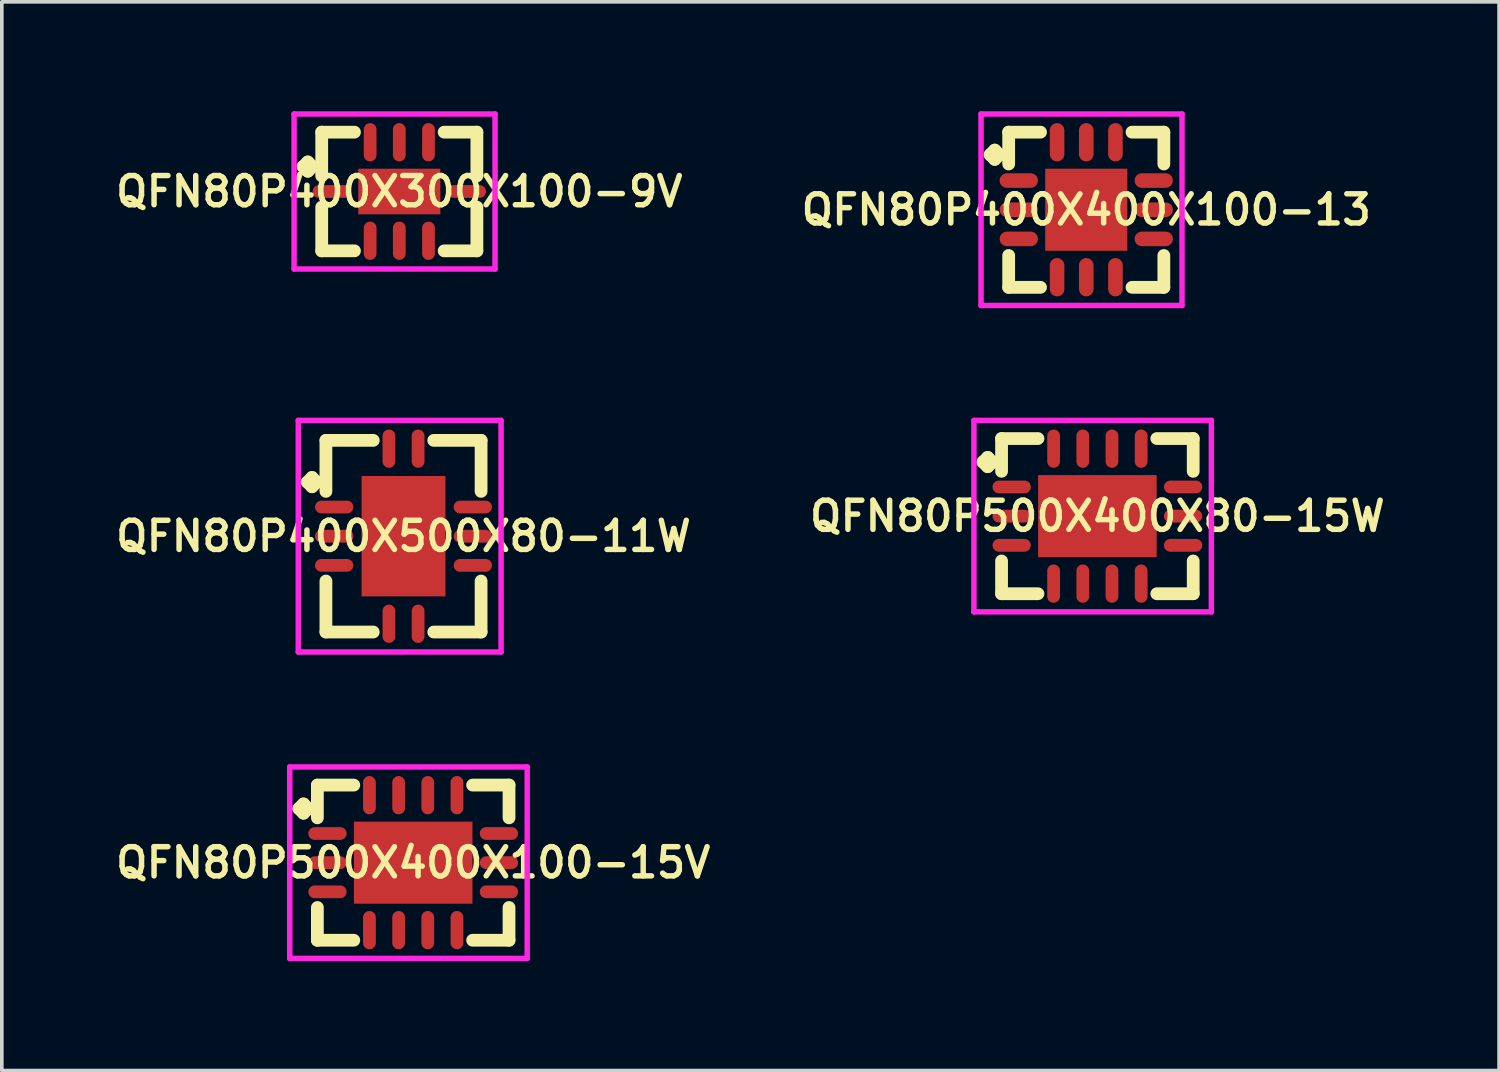
<source format=kicad_pcb>
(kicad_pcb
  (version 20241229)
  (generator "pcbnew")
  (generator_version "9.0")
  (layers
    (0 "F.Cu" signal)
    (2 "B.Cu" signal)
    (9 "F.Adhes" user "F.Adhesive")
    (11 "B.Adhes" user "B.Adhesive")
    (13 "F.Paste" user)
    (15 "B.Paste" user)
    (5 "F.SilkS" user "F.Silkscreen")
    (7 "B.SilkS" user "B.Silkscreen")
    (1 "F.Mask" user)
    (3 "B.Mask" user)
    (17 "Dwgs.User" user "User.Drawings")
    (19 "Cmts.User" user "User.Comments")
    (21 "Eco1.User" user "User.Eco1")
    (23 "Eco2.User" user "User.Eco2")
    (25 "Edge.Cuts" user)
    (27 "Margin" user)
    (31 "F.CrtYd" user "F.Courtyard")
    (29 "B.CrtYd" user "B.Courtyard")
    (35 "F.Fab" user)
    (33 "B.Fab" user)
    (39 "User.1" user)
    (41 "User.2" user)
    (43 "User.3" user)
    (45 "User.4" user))
  (footprint "QFN80P400X500X80-11W"
    (layer "F.Cu")
    (at 8.012 11.65)
    (property "Reference" "QFN80P400X500X80-11W" (at 0 0 0) (layer "F.SilkS") (effects (font (size 0.8 0.8) (thickness 0.15))))
    (attr smd)
    (fp_line (start -2.635 -1.483) (end -2.508 -1.61) (stroke (width 0.35) (type solid)) (layer "F.SilkS"))
    (fp_line (start -2.508 -1.61) (end -2.381 -1.483) (stroke (width 0.35) (type solid)) (layer "F.SilkS"))
    (fp_line (start -2.508 -1.356) (end -2.635 -1.483) (stroke (width 0.35) (type solid)) (layer "F.SilkS"))
    (fp_line (start -2.381 -1.483) (end -2.508 -1.356) (stroke (width 0.35) (type solid)) (layer "F.SilkS"))
    (fp_line (start -2.127 -2.627) (end -0.829 -2.627) (stroke (width 0.35) (type solid)) (layer "F.SilkS"))
    (fp_line (start -2.127 -1.229) (end -2.127 -2.627) (stroke (width 0.35) (type solid)) (layer "F.SilkS"))
    (fp_line (start -2.127 1.229) (end -2.127 2.627) (stroke (width 0.35) (type solid)) (layer "F.SilkS"))
    (fp_line (start -2.127 2.627) (end -0.829 2.627) (stroke (width 0.35) (type solid)) (layer "F.SilkS"))
    (fp_line (start 0.829 -2.627) (end 2.127 -2.627) (stroke (width 0.35) (type solid)) (layer "F.SilkS"))
    (fp_line (start 0.829 2.627) (end 2.127 2.627) (stroke (width 0.35) (type solid)) (layer "F.SilkS"))
    (fp_line (start 2.127 -2.627) (end 2.127 -1.229) (stroke (width 0.35) (type solid)) (layer "F.SilkS"))
    (fp_line (start 2.127 2.627) (end 2.127 1.229) (stroke (width 0.35) (type solid)) (layer "F.SilkS"))
    (fp_line (start -2.885 -3.175) (end 2.675 -3.175) (stroke (width 0.15) (type solid)) (layer "F.CrtYd"))
    (fp_line (start -2.885 3.175) (end -2.885 -3.175) (stroke (width 0.15) (type solid)) (layer "F.CrtYd"))
    (fp_line (start 2.675 -3.175) (end 2.675 3.175) (stroke (width 0.15) (type solid)) (layer "F.CrtYd"))
    (fp_line (start 2.675 3.175) (end -2.885 3.175) (stroke (width 0.15) (type solid)) (layer "F.CrtYd"))
    (pad "1" smd oval (at -1.9 -0.8) (size 1.05 0.35) (layers "F.Cu" "F.Mask" "F.Paste"))
    (pad "2" smd oval (at -1.9 0) (size 1.05 0.35) (layers "F.Cu" "F.Mask" "F.Paste"))
    (pad "3" smd oval (at -1.9 0.8) (size 1.05 0.35) (layers "F.Cu" "F.Mask" "F.Paste"))
    (pad "4" smd oval (at -0.4 2.4) (size 0.35 1.05) (layers "F.Cu" "F.Mask" "F.Paste"))
    (pad "5" smd oval (at 0.4 2.4) (size 0.35 1.05) (layers "F.Cu" "F.Mask" "F.Paste"))
    (pad "6" smd oval (at 1.9 0.8) (size 1.05 0.35) (layers "F.Cu" "F.Mask" "F.Paste"))
    (pad "7" smd oval (at 1.9 0) (size 1.05 0.35) (layers "F.Cu" "F.Mask" "F.Paste"))
    (pad "8" smd oval (at 1.9 -0.8) (size 1.05 0.35) (layers "F.Cu" "F.Mask" "F.Paste"))
    (pad "9" smd oval (at 0.4 -2.4) (size 0.35 1.05) (layers "F.Cu" "F.Mask" "F.Paste"))
    (pad "10" smd oval (at -0.4 -2.4) (size 0.35 1.05) (layers "F.Cu" "F.Mask" "F.Paste"))
    (pad "11" smd rect (at 0 0) (size 2.3 3.3) (layers "F.Cu" "F.Mask" "F.Paste")))
  (footprint "QFN80P500X400X80-15W"
    (layer "F.Cu")
    (at 27.035 11.1)
    (property "Reference" "QFN80P500X400X80-15W" (at 0 0 0) (layer "F.SilkS") (effects (font (size 0.8 0.8) (thickness 0.15))))
    (attr smd)
    (fp_line (start -3.135 -1.483) (end -3.008 -1.61) (stroke (width 0.35) (type solid)) (layer "F.SilkS"))
    (fp_line (start -3.008 -1.61) (end -2.881 -1.483) (stroke (width 0.35) (type solid)) (layer "F.SilkS"))
    (fp_line (start -3.008 -1.356) (end -3.135 -1.483) (stroke (width 0.35) (type solid)) (layer "F.SilkS"))
    (fp_line (start -2.881 -1.483) (end -3.008 -1.356) (stroke (width 0.35) (type solid)) (layer "F.SilkS"))
    (fp_line (start -2.627 -2.127) (end -1.629 -2.127) (stroke (width 0.35) (type solid)) (layer "F.SilkS"))
    (fp_line (start -2.627 -1.229) (end -2.627 -2.127) (stroke (width 0.35) (type solid)) (layer "F.SilkS"))
    (fp_line (start -2.627 1.229) (end -2.627 2.127) (stroke (width 0.35) (type solid)) (layer "F.SilkS"))
    (fp_line (start -2.627 2.127) (end -1.629 2.127) (stroke (width 0.35) (type solid)) (layer "F.SilkS"))
    (fp_line (start 1.629 -2.127) (end 2.627 -2.127) (stroke (width 0.35) (type solid)) (layer "F.SilkS"))
    (fp_line (start 1.629 2.127) (end 2.627 2.127) (stroke (width 0.35) (type solid)) (layer "F.SilkS"))
    (fp_line (start 2.627 -2.127) (end 2.627 -1.229) (stroke (width 0.35) (type solid)) (layer "F.SilkS"))
    (fp_line (start 2.627 2.127) (end 2.627 1.229) (stroke (width 0.35) (type solid)) (layer "F.SilkS"))
    (fp_line (start -3.385 -2.625) (end 3.125 -2.625) (stroke (width 0.15) (type solid)) (layer "F.CrtYd"))
    (fp_line (start -3.385 2.625) (end -3.385 -2.625) (stroke (width 0.15) (type solid)) (layer "F.CrtYd"))
    (fp_line (start 3.125 -2.625) (end 3.125 2.625) (stroke (width 0.15) (type solid)) (layer "F.CrtYd"))
    (fp_line (start 3.125 2.625) (end -3.385 2.625) (stroke (width 0.15) (type solid)) (layer "F.CrtYd"))
    (pad "1" smd oval (at -2.35 -0.8) (size 1.05 0.35) (layers "F.Cu" "F.Mask" "F.Paste"))
    (pad "2" smd oval (at -2.35 0) (size 1.05 0.35) (layers "F.Cu" "F.Mask" "F.Paste"))
    (pad "3" smd oval (at -2.35 0.8) (size 1.05 0.35) (layers "F.Cu" "F.Mask" "F.Paste"))
    (pad "4" smd oval (at -1.2 1.85) (size 0.35 1.05) (layers "F.Cu" "F.Mask" "F.Paste"))
    (pad "5" smd oval (at -0.4 1.85) (size 0.35 1.05) (layers "F.Cu" "F.Mask" "F.Paste"))
    (pad "6" smd oval (at 0.4 1.85) (size 0.35 1.05) (layers "F.Cu" "F.Mask" "F.Paste"))
    (pad "7" smd oval (at 1.2 1.85) (size 0.35 1.05) (layers "F.Cu" "F.Mask" "F.Paste"))
    (pad "8" smd oval (at 2.35 0.8) (size 1.05 0.35) (layers "F.Cu" "F.Mask" "F.Paste"))
    (pad "9" smd oval (at 2.35 0) (size 1.05 0.35) (layers "F.Cu" "F.Mask" "F.Paste"))
    (pad "10" smd oval (at 2.35 -0.8) (size 1.05 0.35) (layers "F.Cu" "F.Mask" "F.Paste"))
    (pad "11" smd oval (at 1.2 -1.85) (size 0.35 1.05) (layers "F.Cu" "F.Mask" "F.Paste"))
    (pad "12" smd oval (at 0.4 -1.85) (size 0.35 1.05) (layers "F.Cu" "F.Mask" "F.Paste"))
    (pad "13" smd oval (at -0.4 -1.85) (size 0.35 1.05) (layers "F.Cu" "F.Mask" "F.Paste"))
    (pad "14" smd oval (at -1.2 -1.85) (size 0.35 1.05) (layers "F.Cu" "F.Mask" "F.Paste"))
    (pad "15" smd rect (at 0 0) (size 3.25 2.25) (layers "F.Cu" "F.Mask" "F.Paste")))
  (footprint "QFN80P500X400X100-15V"
    (layer "F.Cu")
    (at 8.278 20.6)
    (property "Reference" "QFN80P500X400X100-15V" (at 0 0 0) (layer "F.SilkS") (effects (font (size 0.8 0.8) (thickness 0.15))))
    (attr through_hole)
    (fp_line (start -3.135 -1.483) (end -3.008 -1.61) (stroke (width 0.35) (type solid)) (layer "F.SilkS"))
    (fp_line (start -3.008 -1.61) (end -2.881 -1.483) (stroke (width 0.35) (type solid)) (layer "F.SilkS"))
    (fp_line (start -3.008 -1.356) (end -3.135 -1.483) (stroke (width 0.35) (type solid)) (layer "F.SilkS"))
    (fp_line (start -2.881 -1.483) (end -3.008 -1.356) (stroke (width 0.35) (type solid)) (layer "F.SilkS"))
    (fp_line (start -2.627 -2.127) (end -1.629 -2.127) (stroke (width 0.35) (type solid)) (layer "F.SilkS"))
    (fp_line (start -2.627 -1.229) (end -2.627 -2.127) (stroke (width 0.35) (type solid)) (layer "F.SilkS"))
    (fp_line (start -2.627 1.229) (end -2.627 2.127) (stroke (width 0.35) (type solid)) (layer "F.SilkS"))
    (fp_line (start -2.627 2.127) (end -1.629 2.127) (stroke (width 0.35) (type solid)) (layer "F.SilkS"))
    (fp_line (start 1.629 -2.127) (end 2.627 -2.127) (stroke (width 0.35) (type solid)) (layer "F.SilkS"))
    (fp_line (start 1.629 2.127) (end 2.627 2.127) (stroke (width 0.35) (type solid)) (layer "F.SilkS"))
    (fp_line (start 2.627 -2.127) (end 2.627 -1.229) (stroke (width 0.35) (type solid)) (layer "F.SilkS"))
    (fp_line (start 2.627 2.127) (end 2.627 1.229) (stroke (width 0.35) (type solid)) (layer "F.SilkS"))
    (fp_line (start -3.385 -2.625) (end 3.125 -2.625) (stroke (width 0.15) (type solid)) (layer "F.CrtYd"))
    (fp_line (start -3.385 2.625) (end -3.385 -2.625) (stroke (width 0.15) (type solid)) (layer "F.CrtYd"))
    (fp_line (start 3.125 -2.625) (end 3.125 2.625) (stroke (width 0.15) (type solid)) (layer "F.CrtYd"))
    (fp_line (start 3.125 2.625) (end -3.385 2.625) (stroke (width 0.15) (type solid)) (layer "F.CrtYd"))
    (pad "1" smd oval (at -2.35 -0.8) (size 1.05 0.35) (layers "F.Cu" "F.Mask" "F.Paste"))
    (pad "2" smd oval (at -2.35 0) (size 1.05 0.35) (layers "F.Cu" "F.Mask" "F.Paste"))
    (pad "3" smd oval (at -2.35 0.8) (size 1.05 0.35) (layers "F.Cu" "F.Mask" "F.Paste"))
    (pad "4" smd oval (at -1.2 1.85) (size 0.35 1.05) (layers "F.Cu" "F.Mask" "F.Paste"))
    (pad "5" smd oval (at -0.4 1.85) (size 0.35 1.05) (layers "F.Cu" "F.Mask" "F.Paste"))
    (pad "6" smd oval (at 0.4 1.85) (size 0.35 1.05) (layers "F.Cu" "F.Mask" "F.Paste"))
    (pad "7" smd oval (at 1.2 1.85) (size 0.35 1.05) (layers "F.Cu" "F.Mask" "F.Paste"))
    (pad "8" smd oval (at 2.35 0.8) (size 1.05 0.35) (layers "F.Cu" "F.Mask" "F.Paste"))
    (pad "9" smd oval (at 2.35 0) (size 1.05 0.35) (layers "F.Cu" "F.Mask" "F.Paste"))
    (pad "10" smd oval (at 2.35 -0.8) (size 1.05 0.35) (layers "F.Cu" "F.Mask" "F.Paste"))
    (pad "11" smd oval (at 1.2 -1.85) (size 0.35 1.05) (layers "F.Cu" "F.Mask" "F.Paste"))
    (pad "12" smd oval (at 0.4 -1.85) (size 0.35 1.05) (layers "F.Cu" "F.Mask" "F.Paste"))
    (pad "13" smd oval (at -0.4 -1.85) (size 0.35 1.05) (layers "F.Cu" "F.Mask" "F.Paste"))
    (pad "14" smd oval (at -1.2 -1.85) (size 0.35 1.05) (layers "F.Cu" "F.Mask" "F.Paste"))
    (pad "15" smd rect (at 0 0) (size 3.25 2.25) (layers "F.Cu" "F.Mask" "F.Paste")))
  (footprint "QFN80P400X300X100-9V"
    (layer "F.Cu")
    (at 7.897 2.2)
    (property "Reference" "QFN80P400X300X100-9V" (at 0 0 0) (layer "F.SilkS") (effects (font (size 0.8 0.8) (thickness 0.15))))
    (attr smd)
    (fp_line (start -2.635 -0.683) (end -2.508 -0.81) (stroke (width 0.35) (type solid)) (layer "F.SilkS"))
    (fp_line (start -2.508 -0.81) (end -2.381 -0.683) (stroke (width 0.35) (type solid)) (layer "F.SilkS"))
    (fp_line (start -2.508 -0.556) (end -2.635 -0.683) (stroke (width 0.35) (type solid)) (layer "F.SilkS"))
    (fp_line (start -2.381 -0.683) (end -2.508 -0.556) (stroke (width 0.35) (type solid)) (layer "F.SilkS"))
    (fp_line (start -2.127 -1.627) (end -1.229 -1.627) (stroke (width 0.35) (type solid)) (layer "F.SilkS"))
    (fp_line (start -2.127 -0.429) (end -2.127 -1.627) (stroke (width 0.35) (type solid)) (layer "F.SilkS"))
    (fp_line (start -2.127 0.429) (end -2.127 1.627) (stroke (width 0.35) (type solid)) (layer "F.SilkS"))
    (fp_line (start -2.127 1.627) (end -1.229 1.627) (stroke (width 0.35) (type solid)) (layer "F.SilkS"))
    (fp_line (start 1.229 -1.627) (end 2.127 -1.627) (stroke (width 0.35) (type solid)) (layer "F.SilkS"))
    (fp_line (start 1.229 1.627) (end 2.127 1.627) (stroke (width 0.35) (type solid)) (layer "F.SilkS"))
    (fp_line (start 2.127 -1.627) (end 2.127 -0.429) (stroke (width 0.35) (type solid)) (layer "F.SilkS"))
    (fp_line (start 2.127 1.627) (end 2.127 0.429) (stroke (width 0.35) (type solid)) (layer "F.SilkS"))
    (fp_line (start -2.885 -2.125) (end 2.625 -2.125) (stroke (width 0.15) (type solid)) (layer "F.CrtYd"))
    (fp_line (start -2.885 2.125) (end -2.885 -2.125) (stroke (width 0.15) (type solid)) (layer "F.CrtYd"))
    (fp_line (start 2.625 -2.125) (end 2.625 2.125) (stroke (width 0.15) (type solid)) (layer "F.CrtYd"))
    (fp_line (start 2.625 2.125) (end -2.885 2.125) (stroke (width 0.15) (type solid)) (layer "F.CrtYd"))
    (pad "1" smd oval (at -1.85 0) (size 1.05 0.35) (layers "F.Cu" "F.Mask" "F.Paste"))
    (pad "2" smd oval (at -0.8 1.35) (size 0.35 1.05) (layers "F.Cu" "F.Mask" "F.Paste"))
    (pad "3" smd oval (at 0 1.35) (size 0.35 1.05) (layers "F.Cu" "F.Mask" "F.Paste"))
    (pad "4" smd oval (at 0.8 1.35) (size 0.35 1.05) (layers "F.Cu" "F.Mask" "F.Paste"))
    (pad "5" smd oval (at 1.85 0) (size 1.05 0.35) (layers "F.Cu" "F.Mask" "F.Paste"))
    (pad "6" smd oval (at 0.8 -1.35) (size 0.35 1.05) (layers "F.Cu" "F.Mask" "F.Paste"))
    (pad "7" smd oval (at 0 -1.35) (size 0.35 1.05) (layers "F.Cu" "F.Mask" "F.Paste"))
    (pad "8" smd oval (at -0.8 -1.35) (size 0.35 1.05) (layers "F.Cu" "F.Mask" "F.Paste"))
    (pad "9" smd rect (at 0 0) (size 2.25 1.25) (layers "F.Cu" "F.Mask" "F.Paste")))
  (footprint "QFN80P400X400X100-13"
    (layer "F.Cu")
    (at 26.73 2.7)
    (property "Reference" "QFN80P400X400X100-13" (at 0 0 0) (layer "F.SilkS") (effects (font (size 0.8 0.8) (thickness 0.15))))
    (attr smd)
    (fp_line (start -2.635 -1.508) (end -2.508 -1.635) (stroke (width 0.35) (type solid)) (layer "F.SilkS"))
    (fp_line (start -2.508 -1.635) (end -2.381 -1.508) (stroke (width 0.35) (type solid)) (layer "F.SilkS"))
    (fp_line (start -2.508 -1.381) (end -2.635 -1.508) (stroke (width 0.35) (type solid)) (layer "F.SilkS"))
    (fp_line (start -2.381 -1.508) (end -2.508 -1.381) (stroke (width 0.35) (type solid)) (layer "F.SilkS"))
    (fp_line (start -2.127 -2.127) (end -1.254 -2.127) (stroke (width 0.35) (type solid)) (layer "F.SilkS"))
    (fp_line (start -2.127 -1.254) (end -2.127 -2.127) (stroke (width 0.35) (type solid)) (layer "F.SilkS"))
    (fp_line (start -2.127 1.254) (end -2.127 2.127) (stroke (width 0.35) (type solid)) (layer "F.SilkS"))
    (fp_line (start -2.127 2.127) (end -1.254 2.127) (stroke (width 0.35) (type solid)) (layer "F.SilkS"))
    (fp_line (start 1.254 -2.127) (end 2.127 -2.127) (stroke (width 0.35) (type solid)) (layer "F.SilkS"))
    (fp_line (start 1.254 2.127) (end 2.127 2.127) (stroke (width 0.35) (type solid)) (layer "F.SilkS"))
    (fp_line (start 2.127 -2.127) (end 2.127 -1.254) (stroke (width 0.35) (type solid)) (layer "F.SilkS"))
    (fp_line (start 2.127 2.127) (end 2.127 1.254) (stroke (width 0.35) (type solid)) (layer "F.SilkS"))
    (fp_line (start -2.885 -2.625) (end 2.625 -2.625) (stroke (width 0.15) (type solid)) (layer "F.CrtYd"))
    (fp_line (start -2.885 2.625) (end -2.885 -2.625) (stroke (width 0.15) (type solid)) (layer "F.CrtYd"))
    (fp_line (start 2.625 -2.625) (end 2.625 2.625) (stroke (width 0.15) (type solid)) (layer "F.CrtYd"))
    (fp_line (start 2.625 2.625) (end -2.885 2.625) (stroke (width 0.15) (type solid)) (layer "F.CrtYd"))
    (pad "1" smd oval (at -1.85 -0.8) (size 1.05 0.4) (layers "F.Cu" "F.Mask" "F.Paste"))
    (pad "2" smd oval (at -1.85 0) (size 1.05 0.4) (layers "F.Cu" "F.Mask" "F.Paste"))
    (pad "3" smd oval (at -1.85 0.8) (size 1.05 0.4) (layers "F.Cu" "F.Mask" "F.Paste"))
    (pad "4" smd oval (at -0.8 1.85) (size 0.4 1.05) (layers "F.Cu" "F.Mask" "F.Paste"))
    (pad "5" smd oval (at 0 1.85) (size 0.4 1.05) (layers "F.Cu" "F.Mask" "F.Paste"))
    (pad "6" smd oval (at 0.8 1.85) (size 0.4 1.05) (layers "F.Cu" "F.Mask" "F.Paste"))
    (pad "7" smd oval (at 1.85 0.8) (size 1.05 0.4) (layers "F.Cu" "F.Mask" "F.Paste"))
    (pad "8" smd oval (at 1.85 0) (size 1.05 0.4) (layers "F.Cu" "F.Mask" "F.Paste"))
    (pad "9" smd oval (at 1.85 -0.8) (size 1.05 0.4) (layers "F.Cu" "F.Mask" "F.Paste"))
    (pad "10" smd oval (at 0.8 -1.85) (size 0.4 1.05) (layers "F.Cu" "F.Mask" "F.Paste"))
    (pad "11" smd oval (at 0 -1.85) (size 0.4 1.05) (layers "F.Cu" "F.Mask" "F.Paste"))
    (pad "12" smd oval (at -0.8 -1.85) (size 0.4 1.05) (layers "F.Cu" "F.Mask" "F.Paste"))
    (pad "13" smd rect (at 0 0) (size 2.25 2.25) (layers "F.Cu" "F.Mask" "F.Paste")))
  (gr_rect
    (start -3 -3)
    (end 38.047 26.3)
    (stroke (width 0.1) (type default))
    (fill no)
    (layer "Edge.Cuts")))
</source>
